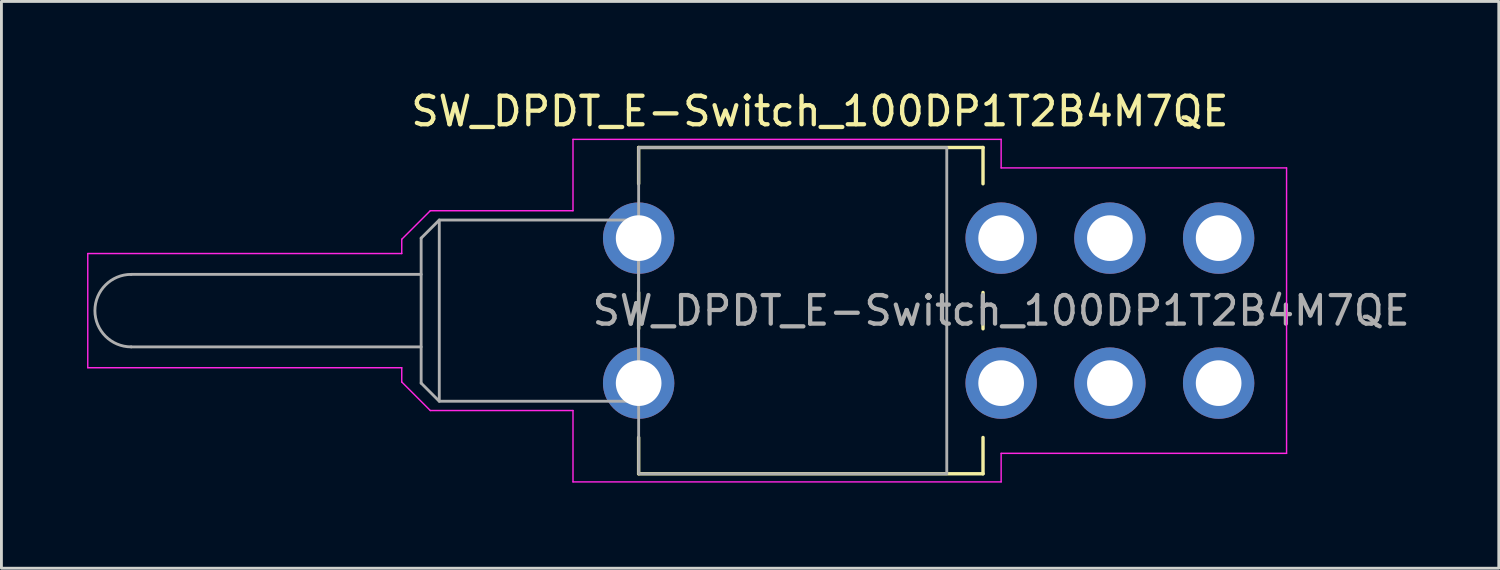
<source format=kicad_pcb>
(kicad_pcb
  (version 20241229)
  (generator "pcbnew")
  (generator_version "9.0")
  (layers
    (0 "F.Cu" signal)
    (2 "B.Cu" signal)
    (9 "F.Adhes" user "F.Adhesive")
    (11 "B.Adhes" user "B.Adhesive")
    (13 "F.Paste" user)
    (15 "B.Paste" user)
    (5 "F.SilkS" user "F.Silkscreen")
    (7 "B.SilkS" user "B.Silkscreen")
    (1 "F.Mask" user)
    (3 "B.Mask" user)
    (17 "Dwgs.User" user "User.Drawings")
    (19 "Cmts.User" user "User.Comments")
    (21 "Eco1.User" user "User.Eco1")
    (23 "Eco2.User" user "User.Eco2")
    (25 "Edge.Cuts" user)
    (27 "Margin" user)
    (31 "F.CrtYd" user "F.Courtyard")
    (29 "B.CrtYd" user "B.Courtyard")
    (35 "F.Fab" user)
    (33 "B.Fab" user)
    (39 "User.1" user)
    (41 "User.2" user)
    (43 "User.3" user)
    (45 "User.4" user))
  (footprint "SW_DPDT_E-Switch_100DP1T2B4M7QE"
    (layer "F.Cu")
    (at 32.025 7.833)
    (property "Reference" "SW_DPDT_E-Switch_100DP1T2B4M7QE" (at -6.35 -6.985 0) (unlocked yes) (layer "F.SilkS") (effects (font (size 1 1) (thickness 0.15))))
    (attr through_hole)
    (fp_line (start -12.7 -5.715) (end -12.7 -4.445) (stroke (width 0.12) (type default)) (layer "F.SilkS"))
    (fp_line (start -12.7 -0.635) (end -12.7 0.635) (stroke (width 0.12) (type default)) (layer "F.SilkS"))
    (fp_line (start -12.7 4.445) (end -12.7 5.715) (stroke (width 0.12) (type default)) (layer "F.SilkS"))
    (fp_line (start -12.7 5.715) (end -0.635 5.715) (stroke (width 0.12) (type default)) (layer "F.SilkS"))
    (fp_line (start -0.635 -5.715) (end -12.7 -5.715) (stroke (width 0.12) (type default)) (layer "F.SilkS"))
    (fp_line (start -0.635 -4.445) (end -0.635 -5.715) (stroke (width 0.12) (type default)) (layer "F.SilkS"))
    (fp_line (start -0.635 0.635) (end -0.635 -0.635) (stroke (width 0.12) (type default)) (layer "F.SilkS"))
    (fp_line (start -0.635 5.715) (end -0.635 4.445) (stroke (width 0.12) (type default)) (layer "F.SilkS"))
    (fp_line (start -32 -2) (end -32 2) (stroke (width 0.05) (type default)) (layer "F.CrtYd"))
    (fp_line (start -32 2) (end -21 2) (stroke (width 0.05) (type default)) (layer "F.CrtYd"))
    (fp_line (start -21 -2.5) (end -21 -2) (stroke (width 0.05) (type default)) (layer "F.CrtYd"))
    (fp_line (start -21 -2) (end -32 -2) (stroke (width 0.05) (type default)) (layer "F.CrtYd"))
    (fp_line (start -21 2) (end -21 2.5) (stroke (width 0.05) (type default)) (layer "F.CrtYd"))
    (fp_line (start -21 2.5) (end -20 3.5) (stroke (width 0.05) (type default)) (layer "F.CrtYd"))
    (fp_line (start -20 -3.5) (end -21 -2.5) (stroke (width 0.05) (type default)) (layer "F.CrtYd"))
    (fp_line (start -20 3.5) (end -15 3.5) (stroke (width 0.05) (type default)) (layer "F.CrtYd"))
    (fp_line (start -15 -6) (end -15 -3.5) (stroke (width 0.05) (type default)) (layer "F.CrtYd"))
    (fp_line (start -15 -6) (end 0 -6) (stroke (width 0.05) (type default)) (layer "F.CrtYd"))
    (fp_line (start -15 -3.5) (end -20 -3.5) (stroke (width 0.05) (type default)) (layer "F.CrtYd"))
    (fp_line (start -15 3.5) (end -15 6) (stroke (width 0.05) (type default)) (layer "F.CrtYd"))
    (fp_line (start 0 -6) (end 0 -5) (stroke (width 0.05) (type default)) (layer "F.CrtYd"))
    (fp_line (start 0 -5) (end 10 -5) (stroke (width 0.05) (type default)) (layer "F.CrtYd"))
    (fp_line (start 0 5) (end 0 6) (stroke (width 0.05) (type default)) (layer "F.CrtYd"))
    (fp_line (start 0 6) (end -15 6) (stroke (width 0.05) (type default)) (layer "F.CrtYd"))
    (fp_line (start 10 -5) (end 10 5) (stroke (width 0.05) (type default)) (layer "F.CrtYd"))
    (fp_line (start 10 5) (end 0 5) (stroke (width 0.05) (type default)) (layer "F.CrtYd"))
    (fp_line (start -20.32 -2.54) (end -20.32 2.54) (stroke (width 0.1) (type default)) (layer "F.Fab"))
    (fp_line (start -20.32 -1.27) (end -30.48 -1.27) (stroke (width 0.1) (type default)) (layer "F.Fab"))
    (fp_line (start -20.32 1.27) (end -30.48 1.27) (stroke (width 0.1) (type default)) (layer "F.Fab"))
    (fp_line (start -20.32 2.54) (end -19.685 3.175) (stroke (width 0.1) (type default)) (layer "F.Fab"))
    (fp_line (start -19.685 -3.175) (end -20.32 -2.54) (stroke (width 0.1) (type default)) (layer "F.Fab"))
    (fp_rect (start -19.685 -3.175) (end -12.7 3.175) (stroke (width 0.1) (type default)) (fill no) (layer "F.Fab"))
    (fp_rect (start -12.7 -5.715) (end -1.905 5.715) (stroke (width 0.1) (type default)) (fill no) (layer "F.Fab"))
    (fp_arc (start -30.48 1.27) (mid -31.75 0) (end -30.48 -1.27) (stroke (width 0.1) (type default)) (layer "F.Fab"))
    (fp_text user "${REFERENCE}" (at 0 0 0) (unlocked yes) (layer "F.Fab") (effects (font (size 1 1) (thickness 0.15))))
    (pad "1" thru_hole circle (at 0 -2.54) (size 2.5 2.5) (drill 1.6) (layers "*.Cu" "*.Mask"))
    (pad "2" thru_hole circle (at 3.81 -2.54) (size 2.5 2.5) (drill 1.6) (layers "*.Cu" "*.Mask"))
    (pad "3" thru_hole circle (at 7.62 -2.54) (size 2.5 2.5) (drill 1.6) (layers "*.Cu" "*.Mask"))
    (pad "4" thru_hole circle (at 0 2.54) (size 2.5 2.5) (drill 1.6) (layers "*.Cu" "*.Mask"))
    (pad "5" thru_hole circle (at 3.81 2.54) (size 2.5 2.5) (drill 1.6) (layers "*.Cu" "*.Mask"))
    (pad "6" thru_hole circle (at 7.62 2.54) (size 2.5 2.5) (drill 1.6) (layers "*.Cu" "*.Mask"))
    (pad "MP" thru_hole circle (at -12.7 -2.54) (size 2.5 2.5) (drill 1.6) (layers "*.Cu" "*.Mask"))
    (pad "MP" thru_hole circle (at -12.7 2.54) (size 2.5 2.5) (drill 1.6) (layers "*.Cu" "*.Mask")))
  (gr_rect
    (start -3 -3)
    (end 49.46 16.858)
    (stroke (width 0.1) (type default))
    (fill no)
    (layer "Edge.Cuts")))
</source>
